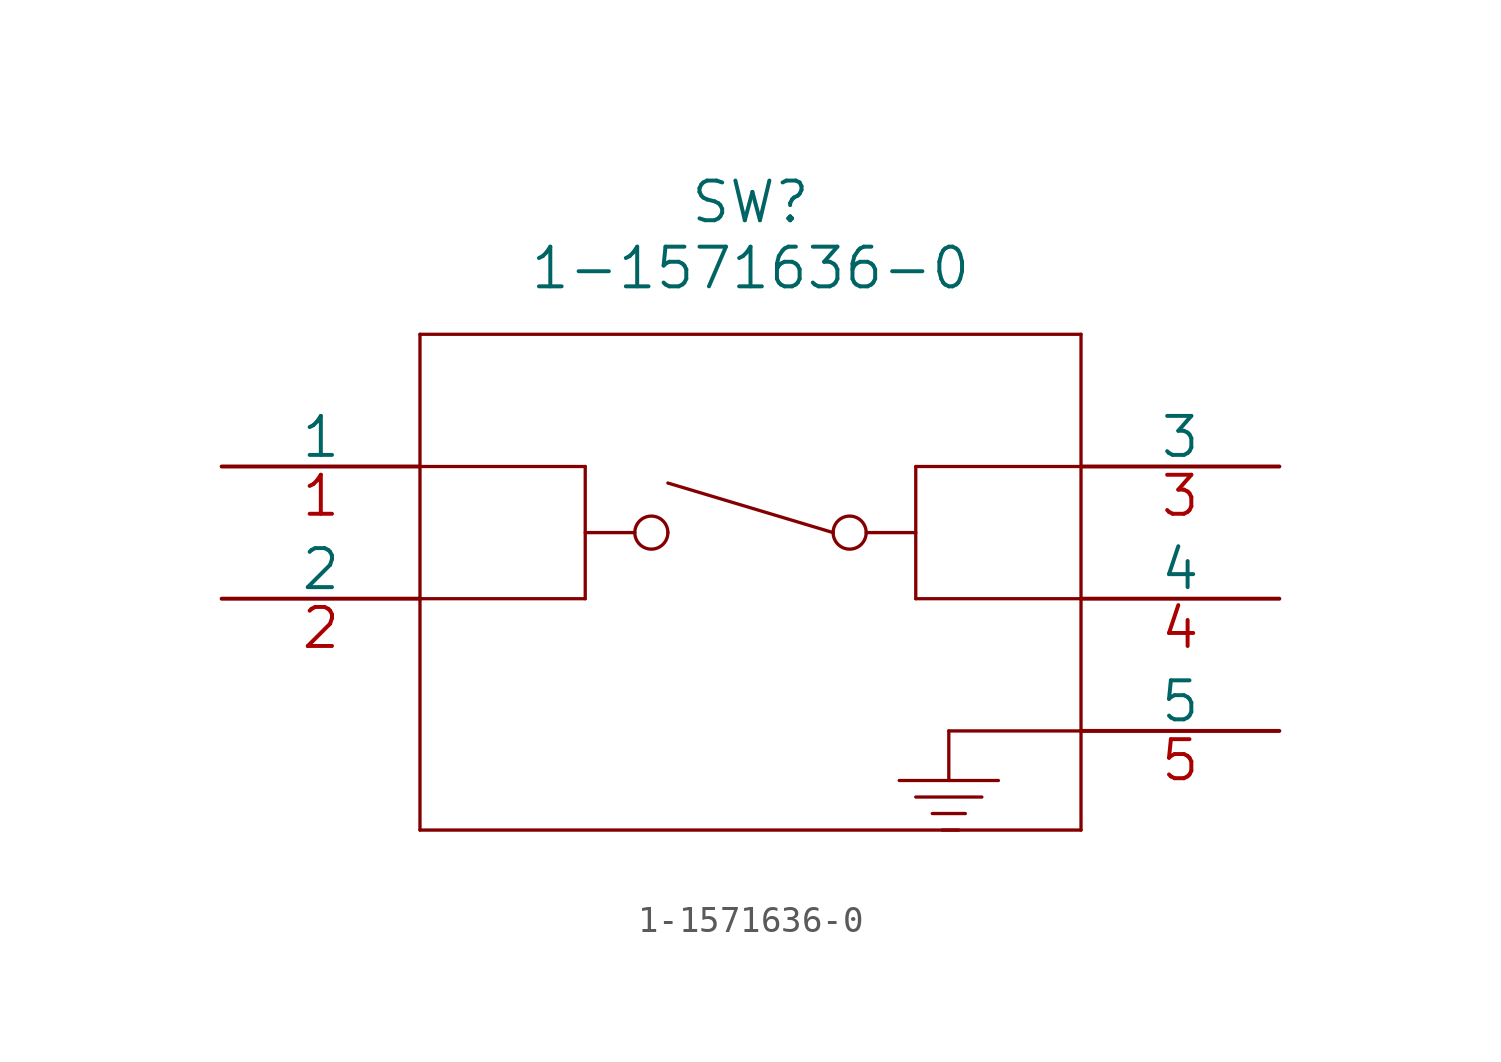
<source format=kicad_sym>
(kicad_symbol_lib
  (version 20211014)
  (generator kicad_symbol_editor)
  (symbol "1-1571636-0"
    (pin_names
      (offset 0))
    (property "Reference" "SW"
      (at 20.32 10.16 0)
      (effects (font (size 1.524 1.524))))
    (property "Value" "1-1571636-0"
      (at 20.32 7.62 0)
      (effects (font (size 1.524 1.524))))
    (property "Datasheet" ""
      (at 0 0 0)
      (effects (font (size 1.524 1.524))))
    (symbol "1-1571636-0_1_1"
      (polyline (pts (xy 7.62 -13.97) (xy 33.02 -13.97)) (stroke (width 0.127) (type default) (color 0 0 0 0)) (fill (type none)))
      (polyline (pts (xy 7.62 -5.08) (xy 13.97 -5.08)) (stroke (width 0.127) (type default) (color 0 0 0 0)) (fill (type none)))
      (polyline (pts (xy 7.62 0) (xy 13.97 0)) (stroke (width 0.127) (type default) (color 0 0 0 0)) (fill (type none)))
      (polyline (pts (xy 7.62 5.08) (xy 7.62 -13.97)) (stroke (width 0.127) (type default) (color 0 0 0 0)) (fill (type none)))
      (polyline (pts (xy 13.97 -2.54) (xy 15.875 -2.54)) (stroke (width 0.127) (type default) (color 0 0 0 0)) (fill (type none)))
      (polyline (pts (xy 13.97 0) (xy 13.97 -5.08)) (stroke (width 0.127) (type default) (color 0 0 0 0)) (fill (type none)))
      (polyline (pts (xy 17.145 -0.635) (xy 23.495 -2.54)) (stroke (width 0.127) (type default) (color 0 0 0 0)) (fill (type none)))
      (polyline (pts (xy 24.765 -2.54) (xy 26.67 -2.54)) (stroke (width 0.127) (type default) (color 0 0 0 0)) (fill (type none)))
      (polyline (pts (xy 26.035 -12.065) (xy 29.845 -12.065)) (stroke (width 0.127) (type default) (color 0 0 0 0)) (fill (type none)))
      (polyline (pts (xy 26.67 -12.7) (xy 29.21 -12.7)) (stroke (width 0.127) (type default) (color 0 0 0 0)) (fill (type none)))
      (polyline (pts (xy 26.67 -5.08) (xy 33.02 -5.08)) (stroke (width 0.127) (type default) (color 0 0 0 0)) (fill (type none)))
      (polyline (pts (xy 26.67 0) (xy 26.67 -5.08)) (stroke (width 0.127) (type default) (color 0 0 0 0)) (fill (type none)))
      (polyline (pts (xy 27.305 -13.335) (xy 28.575 -13.335)) (stroke (width 0.127) (type default) (color 0 0 0 0)) (fill (type none)))
      (polyline (pts (xy 27.686 -13.97) (xy 28.321 -13.97)) (stroke (width 0.127) (type default) (color 0 0 0 0)) (fill (type none)))
      (polyline (pts (xy 27.94 -10.16) (xy 27.94 -12.065)) (stroke (width 0.127) (type default) (color 0 0 0 0)) (fill (type none)))
      (polyline (pts (xy 27.94 -10.16) (xy 33.02 -10.16)) (stroke (width 0.127) (type default) (color 0 0 0 0)) (fill (type none)))
      (polyline (pts (xy 33.02 -13.97) (xy 33.02 5.08)) (stroke (width 0.127) (type default) (color 0 0 0 0)) (fill (type none)))
      (polyline (pts (xy 33.02 0) (xy 26.67 0)) (stroke (width 0.127) (type default) (color 0 0 0 0)) (fill (type none)))
      (polyline (pts (xy 33.02 5.08) (xy 7.62 5.08)) (stroke (width 0.127) (type default) (color 0 0 0 0)) (fill (type none)))
      (circle (center 16.51 -2.54) (radius 0.635) (stroke (width 0.127) (type default) (color 0 0 0 0)) (fill (type none)))
      (arc (start 17.145 -2.54) (mid 15.875 -2.54) (end 17.145 -2.54) (stroke (width 0.127) (type default) (color 0 0 0 0)) (fill (type none)))
      (arc (start 23.495 -2.54) (mid 24.765 -2.54) (end 23.495 -2.54) (stroke (width 0.127) (type default) (color 0 0 0 0)) (fill (type none)))
      (circle (center 24.13 -2.54) (radius 0.635) (stroke (width 0.127) (type default) (color 0 0 0 0)) (fill (type none)))
      (pin output line (at 0 0 0) (length 7.62) (name "1" (effects (font (size 1.499 1.499)))) (number "1" (effects (font (size 1.499 1.499)))))
      (pin output line (at 0 -5.08 0) (length 7.62) (name "2" (effects (font (size 1.499 1.499)))) (number "2" (effects (font (size 1.499 1.499)))))
      (pin power_in line (at 40.64 0 180) (length 7.62) (name "3" (effects (font (size 1.499 1.499)))) (number "3" (effects (font (size 1.499 1.499)))))
      (pin power_in line (at 40.64 -5.08 180) (length 7.62) (name "4" (effects (font (size 1.499 1.499)))) (number "4" (effects (font (size 1.499 1.499)))))
      (pin power_in line (at 40.64 -10.16 180) (length 7.62) (name "5" (effects (font (size 1.499 1.499)))) (number "5" (effects (font (size 1.499 1.499))))))))
</source>
